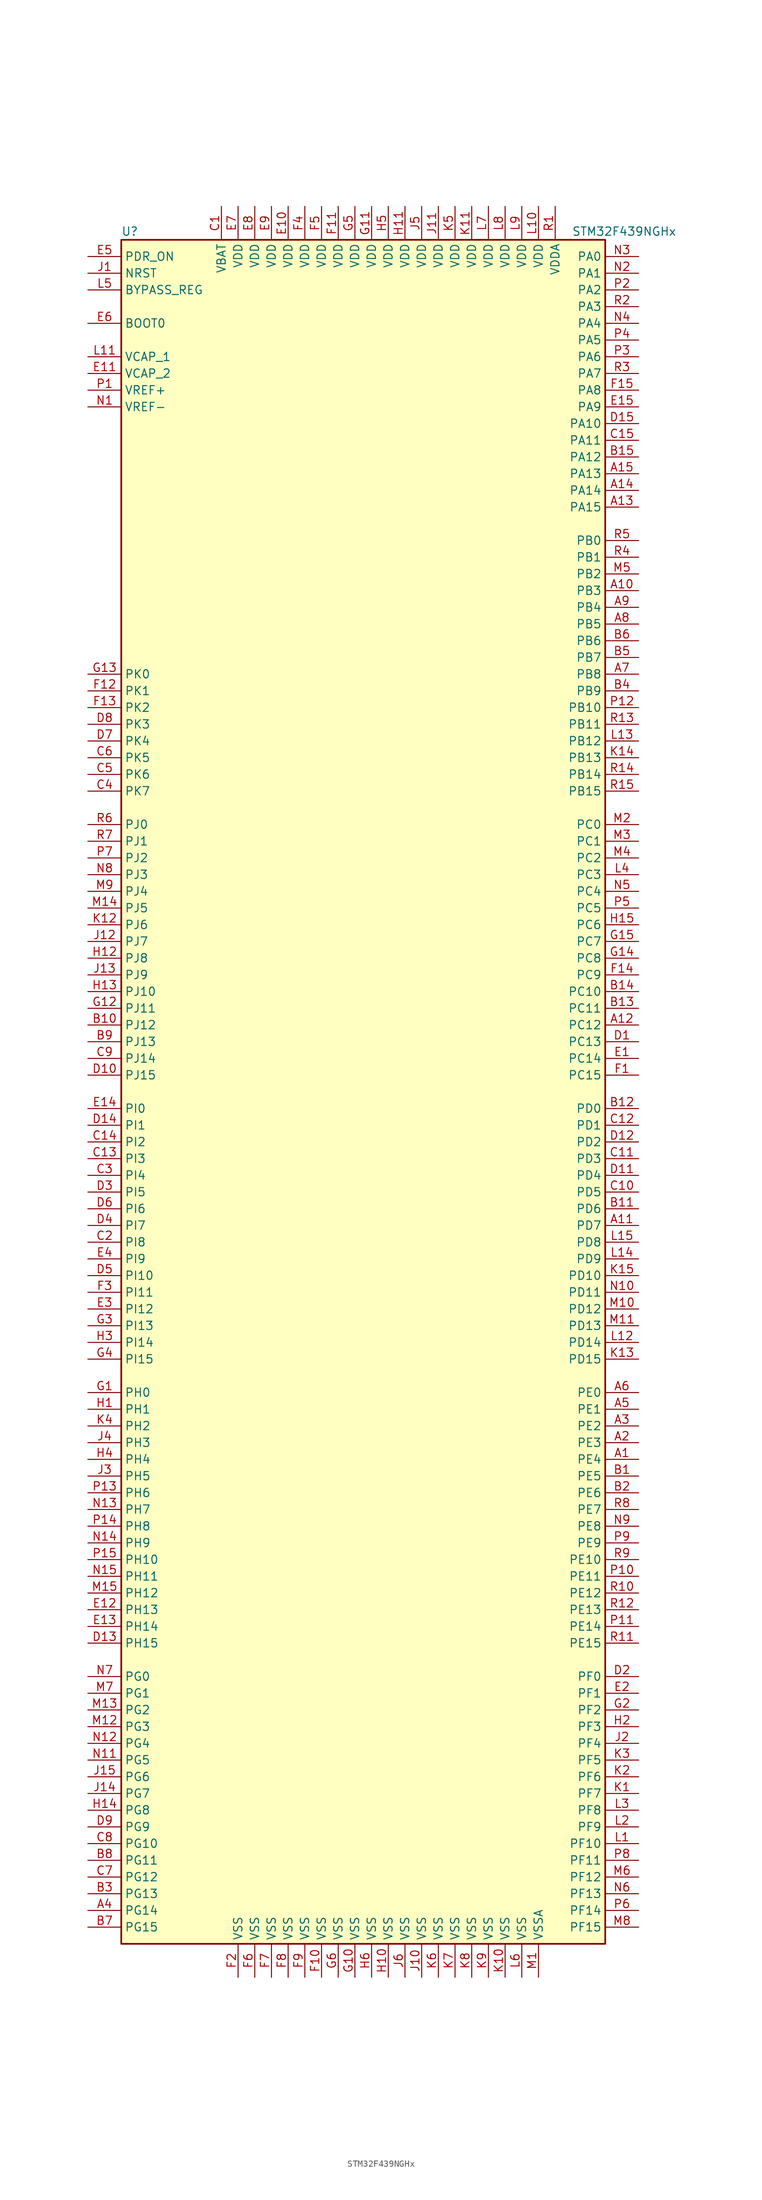
<source format=kicad_sym>
(kicad_symbol_lib
  (version 20220914)
  (generator kicad_symbol_editor)
  (symbol "STM32F439NGHx"
    (property "Reference" "U"
      (at -38.1 130.81 0)
      (effects (font (size 1.27 1.27)) (justify left)))
    (property "Value" "STM32F439NGHx"
      (at 30.48 130.81 0)
      (effects (font (size 1.27 1.27)) (justify left)))
    (symbol "STM32F439NGHx_0_1"
      (rectangle (start -38.1 -129.54) (end 35.56 129.54) (stroke (width 0.254) (type default)) (fill (type background))))
    (symbol "STM32F439NGHx_1_1"
      (pin bidirectional line (at 40.64 -55.88 180) (length 5.08) (name "PE4" (effects (font (size 1.27 1.27)))) (number "A1" (effects (font (size 1.27 1.27)))))
      (pin bidirectional line (at 40.64 76.2 180) (length 5.08) (name "PB3" (effects (font (size 1.27 1.27)))) (number "A10" (effects (font (size 1.27 1.27)))))
      (pin bidirectional line (at 40.64 -20.32 180) (length 5.08) (name "PD7" (effects (font (size 1.27 1.27)))) (number "A11" (effects (font (size 1.27 1.27)))))
      (pin bidirectional line (at 40.64 10.16 180) (length 5.08) (name "PC12" (effects (font (size 1.27 1.27)))) (number "A12" (effects (font (size 1.27 1.27)))))
      (pin bidirectional line (at 40.64 88.9 180) (length 5.08) (name "PA15" (effects (font (size 1.27 1.27)))) (number "A13" (effects (font (size 1.27 1.27)))))
      (pin bidirectional line (at 40.64 91.44 180) (length 5.08) (name "PA14" (effects (font (size 1.27 1.27)))) (number "A14" (effects (font (size 1.27 1.27)))))
      (pin bidirectional line (at 40.64 93.98 180) (length 5.08) (name "PA13" (effects (font (size 1.27 1.27)))) (number "A15" (effects (font (size 1.27 1.27)))))
      (pin bidirectional line (at 40.64 -53.34 180) (length 5.08) (name "PE3" (effects (font (size 1.27 1.27)))) (number "A2" (effects (font (size 1.27 1.27)))))
      (pin bidirectional line (at 40.64 -50.8 180) (length 5.08) (name "PE2" (effects (font (size 1.27 1.27)))) (number "A3" (effects (font (size 1.27 1.27)))))
      (pin bidirectional line (at -43.18 -124.46 0) (length 5.08) (name "PG14" (effects (font (size 1.27 1.27)))) (number "A4" (effects (font (size 1.27 1.27)))))
      (pin bidirectional line (at 40.64 -48.26 180) (length 5.08) (name "PE1" (effects (font (size 1.27 1.27)))) (number "A5" (effects (font (size 1.27 1.27)))))
      (pin bidirectional line (at 40.64 -45.72 180) (length 5.08) (name "PE0" (effects (font (size 1.27 1.27)))) (number "A6" (effects (font (size 1.27 1.27)))))
      (pin bidirectional line (at 40.64 63.5 180) (length 5.08) (name "PB8" (effects (font (size 1.27 1.27)))) (number "A7" (effects (font (size 1.27 1.27)))))
      (pin bidirectional line (at 40.64 71.12 180) (length 5.08) (name "PB5" (effects (font (size 1.27 1.27)))) (number "A8" (effects (font (size 1.27 1.27)))))
      (pin bidirectional line (at 40.64 73.66 180) (length 5.08) (name "PB4" (effects (font (size 1.27 1.27)))) (number "A9" (effects (font (size 1.27 1.27)))))
      (pin bidirectional line (at 40.64 -58.42 180) (length 5.08) (name "PE5" (effects (font (size 1.27 1.27)))) (number "B1" (effects (font (size 1.27 1.27)))))
      (pin bidirectional line (at -43.18 10.16 0) (length 5.08) (name "PJ12" (effects (font (size 1.27 1.27)))) (number "B10" (effects (font (size 1.27 1.27)))))
      (pin bidirectional line (at 40.64 -17.78 180) (length 5.08) (name "PD6" (effects (font (size 1.27 1.27)))) (number "B11" (effects (font (size 1.27 1.27)))))
      (pin bidirectional line (at 40.64 -2.54 180) (length 5.08) (name "PD0" (effects (font (size 1.27 1.27)))) (number "B12" (effects (font (size 1.27 1.27)))))
      (pin bidirectional line (at 40.64 12.7 180) (length 5.08) (name "PC11" (effects (font (size 1.27 1.27)))) (number "B13" (effects (font (size 1.27 1.27)))))
      (pin bidirectional line (at 40.64 15.24 180) (length 5.08) (name "PC10" (effects (font (size 1.27 1.27)))) (number "B14" (effects (font (size 1.27 1.27)))))
      (pin bidirectional line (at 40.64 96.52 180) (length 5.08) (name "PA12" (effects (font (size 1.27 1.27)))) (number "B15" (effects (font (size 1.27 1.27)))))
      (pin bidirectional line (at 40.64 -60.96 180) (length 5.08) (name "PE6" (effects (font (size 1.27 1.27)))) (number "B2" (effects (font (size 1.27 1.27)))))
      (pin bidirectional line (at -43.18 -121.92 0) (length 5.08) (name "PG13" (effects (font (size 1.27 1.27)))) (number "B3" (effects (font (size 1.27 1.27)))))
      (pin bidirectional line (at 40.64 60.96 180) (length 5.08) (name "PB9" (effects (font (size 1.27 1.27)))) (number "B4" (effects (font (size 1.27 1.27)))))
      (pin bidirectional line (at 40.64 66.04 180) (length 5.08) (name "PB7" (effects (font (size 1.27 1.27)))) (number "B5" (effects (font (size 1.27 1.27)))))
      (pin bidirectional line (at 40.64 68.58 180) (length 5.08) (name "PB6" (effects (font (size 1.27 1.27)))) (number "B6" (effects (font (size 1.27 1.27)))))
      (pin bidirectional line (at -43.18 -127 0) (length 5.08) (name "PG15" (effects (font (size 1.27 1.27)))) (number "B7" (effects (font (size 1.27 1.27)))))
      (pin bidirectional line (at -43.18 -116.84 0) (length 5.08) (name "PG11" (effects (font (size 1.27 1.27)))) (number "B8" (effects (font (size 1.27 1.27)))))
      (pin bidirectional line (at -43.18 7.62 0) (length 5.08) (name "PJ13" (effects (font (size 1.27 1.27)))) (number "B9" (effects (font (size 1.27 1.27)))))
      (pin power_in line (at -22.86 134.62 270) (length 5.08) (name "VBAT" (effects (font (size 1.27 1.27)))) (number "C1" (effects (font (size 1.27 1.27)))))
      (pin bidirectional line (at 40.64 -15.24 180) (length 5.08) (name "PD5" (effects (font (size 1.27 1.27)))) (number "C10" (effects (font (size 1.27 1.27)))))
      (pin bidirectional line (at 40.64 -10.16 180) (length 5.08) (name "PD3" (effects (font (size 1.27 1.27)))) (number "C11" (effects (font (size 1.27 1.27)))))
      (pin bidirectional line (at 40.64 -5.08 180) (length 5.08) (name "PD1" (effects (font (size 1.27 1.27)))) (number "C12" (effects (font (size 1.27 1.27)))))
      (pin bidirectional line (at -43.18 -10.16 0) (length 5.08) (name "PI3" (effects (font (size 1.27 1.27)))) (number "C13" (effects (font (size 1.27 1.27)))))
      (pin bidirectional line (at -43.18 -7.62 0) (length 5.08) (name "PI2" (effects (font (size 1.27 1.27)))) (number "C14" (effects (font (size 1.27 1.27)))))
      (pin bidirectional line (at 40.64 99.06 180) (length 5.08) (name "PA11" (effects (font (size 1.27 1.27)))) (number "C15" (effects (font (size 1.27 1.27)))))
      (pin bidirectional line (at -43.18 -22.86 0) (length 5.08) (name "PI8" (effects (font (size 1.27 1.27)))) (number "C2" (effects (font (size 1.27 1.27)))))
      (pin bidirectional line (at -43.18 -12.7 0) (length 5.08) (name "PI4" (effects (font (size 1.27 1.27)))) (number "C3" (effects (font (size 1.27 1.27)))))
      (pin bidirectional line (at -43.18 45.72 0) (length 5.08) (name "PK7" (effects (font (size 1.27 1.27)))) (number "C4" (effects (font (size 1.27 1.27)))))
      (pin bidirectional line (at -43.18 48.26 0) (length 5.08) (name "PK6" (effects (font (size 1.27 1.27)))) (number "C5" (effects (font (size 1.27 1.27)))))
      (pin bidirectional line (at -43.18 50.8 0) (length 5.08) (name "PK5" (effects (font (size 1.27 1.27)))) (number "C6" (effects (font (size 1.27 1.27)))))
      (pin bidirectional line (at -43.18 -119.38 0) (length 5.08) (name "PG12" (effects (font (size 1.27 1.27)))) (number "C7" (effects (font (size 1.27 1.27)))))
      (pin bidirectional line (at -43.18 -114.3 0) (length 5.08) (name "PG10" (effects (font (size 1.27 1.27)))) (number "C8" (effects (font (size 1.27 1.27)))))
      (pin bidirectional line (at -43.18 5.08 0) (length 5.08) (name "PJ14" (effects (font (size 1.27 1.27)))) (number "C9" (effects (font (size 1.27 1.27)))))
      (pin bidirectional line (at 40.64 7.62 180) (length 5.08) (name "PC13" (effects (font (size 1.27 1.27)))) (number "D1" (effects (font (size 1.27 1.27)))))
      (pin bidirectional line (at -43.18 2.54 0) (length 5.08) (name "PJ15" (effects (font (size 1.27 1.27)))) (number "D10" (effects (font (size 1.27 1.27)))))
      (pin bidirectional line (at 40.64 -12.7 180) (length 5.08) (name "PD4" (effects (font (size 1.27 1.27)))) (number "D11" (effects (font (size 1.27 1.27)))))
      (pin bidirectional line (at 40.64 -7.62 180) (length 5.08) (name "PD2" (effects (font (size 1.27 1.27)))) (number "D12" (effects (font (size 1.27 1.27)))))
      (pin bidirectional line (at -43.18 -83.82 0) (length 5.08) (name "PH15" (effects (font (size 1.27 1.27)))) (number "D13" (effects (font (size 1.27 1.27)))))
      (pin bidirectional line (at -43.18 -5.08 0) (length 5.08) (name "PI1" (effects (font (size 1.27 1.27)))) (number "D14" (effects (font (size 1.27 1.27)))))
      (pin bidirectional line (at 40.64 101.6 180) (length 5.08) (name "PA10" (effects (font (size 1.27 1.27)))) (number "D15" (effects (font (size 1.27 1.27)))))
      (pin bidirectional line (at 40.64 -88.9 180) (length 5.08) (name "PF0" (effects (font (size 1.27 1.27)))) (number "D2" (effects (font (size 1.27 1.27)))))
      (pin bidirectional line (at -43.18 -15.24 0) (length 5.08) (name "PI5" (effects (font (size 1.27 1.27)))) (number "D3" (effects (font (size 1.27 1.27)))))
      (pin bidirectional line (at -43.18 -20.32 0) (length 5.08) (name "PI7" (effects (font (size 1.27 1.27)))) (number "D4" (effects (font (size 1.27 1.27)))))
      (pin bidirectional line (at -43.18 -27.94 0) (length 5.08) (name "PI10" (effects (font (size 1.27 1.27)))) (number "D5" (effects (font (size 1.27 1.27)))))
      (pin bidirectional line (at -43.18 -17.78 0) (length 5.08) (name "PI6" (effects (font (size 1.27 1.27)))) (number "D6" (effects (font (size 1.27 1.27)))))
      (pin bidirectional line (at -43.18 53.34 0) (length 5.08) (name "PK4" (effects (font (size 1.27 1.27)))) (number "D7" (effects (font (size 1.27 1.27)))))
      (pin bidirectional line (at -43.18 55.88 0) (length 5.08) (name "PK3" (effects (font (size 1.27 1.27)))) (number "D8" (effects (font (size 1.27 1.27)))))
      (pin bidirectional line (at -43.18 -111.76 0) (length 5.08) (name "PG9" (effects (font (size 1.27 1.27)))) (number "D9" (effects (font (size 1.27 1.27)))))
      (pin bidirectional line (at 40.64 5.08 180) (length 5.08) (name "PC14" (effects (font (size 1.27 1.27)))) (number "E1" (effects (font (size 1.27 1.27)))))
      (pin power_in line (at -12.7 134.62 270) (length 5.08) (name "VDD" (effects (font (size 1.27 1.27)))) (number "E10" (effects (font (size 1.27 1.27)))))
      (pin power_in line (at -43.18 109.22 0) (length 5.08) (name "VCAP_2" (effects (font (size 1.27 1.27)))) (number "E11" (effects (font (size 1.27 1.27)))))
      (pin bidirectional line (at -43.18 -78.74 0) (length 5.08) (name "PH13" (effects (font (size 1.27 1.27)))) (number "E12" (effects (font (size 1.27 1.27)))))
      (pin bidirectional line (at -43.18 -81.28 0) (length 5.08) (name "PH14" (effects (font (size 1.27 1.27)))) (number "E13" (effects (font (size 1.27 1.27)))))
      (pin bidirectional line (at -43.18 -2.54 0) (length 5.08) (name "PI0" (effects (font (size 1.27 1.27)))) (number "E14" (effects (font (size 1.27 1.27)))))
      (pin bidirectional line (at 40.64 104.14 180) (length 5.08) (name "PA9" (effects (font (size 1.27 1.27)))) (number "E15" (effects (font (size 1.27 1.27)))))
      (pin bidirectional line (at 40.64 -91.44 180) (length 5.08) (name "PF1" (effects (font (size 1.27 1.27)))) (number "E2" (effects (font (size 1.27 1.27)))))
      (pin bidirectional line (at -43.18 -33.02 0) (length 5.08) (name "PI12" (effects (font (size 1.27 1.27)))) (number "E3" (effects (font (size 1.27 1.27)))))
      (pin bidirectional line (at -43.18 -25.4 0) (length 5.08) (name "PI9" (effects (font (size 1.27 1.27)))) (number "E4" (effects (font (size 1.27 1.27)))))
      (pin input line (at -43.18 127 0) (length 5.08) (name "PDR_ON" (effects (font (size 1.27 1.27)))) (number "E5" (effects (font (size 1.27 1.27)))))
      (pin input line (at -43.18 116.84 0) (length 5.08) (name "BOOT0" (effects (font (size 1.27 1.27)))) (number "E6" (effects (font (size 1.27 1.27)))))
      (pin power_in line (at -20.32 134.62 270) (length 5.08) (name "VDD" (effects (font (size 1.27 1.27)))) (number "E7" (effects (font (size 1.27 1.27)))))
      (pin power_in line (at -17.78 134.62 270) (length 5.08) (name "VDD" (effects (font (size 1.27 1.27)))) (number "E8" (effects (font (size 1.27 1.27)))))
      (pin power_in line (at -15.24 134.62 270) (length 5.08) (name "VDD" (effects (font (size 1.27 1.27)))) (number "E9" (effects (font (size 1.27 1.27)))))
      (pin bidirectional line (at 40.64 2.54 180) (length 5.08) (name "PC15" (effects (font (size 1.27 1.27)))) (number "F1" (effects (font (size 1.27 1.27)))))
      (pin power_in line (at -7.62 -134.62 90) (length 5.08) (name "VSS" (effects (font (size 1.27 1.27)))) (number "F10" (effects (font (size 1.27 1.27)))))
      (pin power_in line (at -5.08 134.62 270) (length 5.08) (name "VDD" (effects (font (size 1.27 1.27)))) (number "F11" (effects (font (size 1.27 1.27)))))
      (pin bidirectional line (at -43.18 60.96 0) (length 5.08) (name "PK1" (effects (font (size 1.27 1.27)))) (number "F12" (effects (font (size 1.27 1.27)))))
      (pin bidirectional line (at -43.18 58.42 0) (length 5.08) (name "PK2" (effects (font (size 1.27 1.27)))) (number "F13" (effects (font (size 1.27 1.27)))))
      (pin bidirectional line (at 40.64 17.78 180) (length 5.08) (name "PC9" (effects (font (size 1.27 1.27)))) (number "F14" (effects (font (size 1.27 1.27)))))
      (pin bidirectional line (at 40.64 106.68 180) (length 5.08) (name "PA8" (effects (font (size 1.27 1.27)))) (number "F15" (effects (font (size 1.27 1.27)))))
      (pin power_in line (at -20.32 -134.62 90) (length 5.08) (name "VSS" (effects (font (size 1.27 1.27)))) (number "F2" (effects (font (size 1.27 1.27)))))
      (pin bidirectional line (at -43.18 -30.48 0) (length 5.08) (name "PI11" (effects (font (size 1.27 1.27)))) (number "F3" (effects (font (size 1.27 1.27)))))
      (pin power_in line (at -10.16 134.62 270) (length 5.08) (name "VDD" (effects (font (size 1.27 1.27)))) (number "F4" (effects (font (size 1.27 1.27)))))
      (pin power_in line (at -7.62 134.62 270) (length 5.08) (name "VDD" (effects (font (size 1.27 1.27)))) (number "F5" (effects (font (size 1.27 1.27)))))
      (pin power_in line (at -17.78 -134.62 90) (length 5.08) (name "VSS" (effects (font (size 1.27 1.27)))) (number "F6" (effects (font (size 1.27 1.27)))))
      (pin power_in line (at -15.24 -134.62 90) (length 5.08) (name "VSS" (effects (font (size 1.27 1.27)))) (number "F7" (effects (font (size 1.27 1.27)))))
      (pin power_in line (at -12.7 -134.62 90) (length 5.08) (name "VSS" (effects (font (size 1.27 1.27)))) (number "F8" (effects (font (size 1.27 1.27)))))
      (pin power_in line (at -10.16 -134.62 90) (length 5.08) (name "VSS" (effects (font (size 1.27 1.27)))) (number "F9" (effects (font (size 1.27 1.27)))))
      (pin input line (at -43.18 -45.72 0) (length 5.08) (name "PH0" (effects (font (size 1.27 1.27)))) (number "G1" (effects (font (size 1.27 1.27)))))
      (pin power_in line (at -2.54 -134.62 90) (length 5.08) (name "VSS" (effects (font (size 1.27 1.27)))) (number "G10" (effects (font (size 1.27 1.27)))))
      (pin power_in line (at 0 134.62 270) (length 5.08) (name "VDD" (effects (font (size 1.27 1.27)))) (number "G11" (effects (font (size 1.27 1.27)))))
      (pin bidirectional line (at -43.18 12.7 0) (length 5.08) (name "PJ11" (effects (font (size 1.27 1.27)))) (number "G12" (effects (font (size 1.27 1.27)))))
      (pin bidirectional line (at -43.18 63.5 0) (length 5.08) (name "PK0" (effects (font (size 1.27 1.27)))) (number "G13" (effects (font (size 1.27 1.27)))))
      (pin bidirectional line (at 40.64 20.32 180) (length 5.08) (name "PC8" (effects (font (size 1.27 1.27)))) (number "G14" (effects (font (size 1.27 1.27)))))
      (pin bidirectional line (at 40.64 22.86 180) (length 5.08) (name "PC7" (effects (font (size 1.27 1.27)))) (number "G15" (effects (font (size 1.27 1.27)))))
      (pin bidirectional line (at 40.64 -93.98 180) (length 5.08) (name "PF2" (effects (font (size 1.27 1.27)))) (number "G2" (effects (font (size 1.27 1.27)))))
      (pin bidirectional line (at -43.18 -35.56 0) (length 5.08) (name "PI13" (effects (font (size 1.27 1.27)))) (number "G3" (effects (font (size 1.27 1.27)))))
      (pin bidirectional line (at -43.18 -40.64 0) (length 5.08) (name "PI15" (effects (font (size 1.27 1.27)))) (number "G4" (effects (font (size 1.27 1.27)))))
      (pin power_in line (at -2.54 134.62 270) (length 5.08) (name "VDD" (effects (font (size 1.27 1.27)))) (number "G5" (effects (font (size 1.27 1.27)))))
      (pin power_in line (at -5.08 -134.62 90) (length 5.08) (name "VSS" (effects (font (size 1.27 1.27)))) (number "G6" (effects (font (size 1.27 1.27)))))
      (pin input line (at -43.18 -48.26 0) (length 5.08) (name "PH1" (effects (font (size 1.27 1.27)))) (number "H1" (effects (font (size 1.27 1.27)))))
      (pin power_in line (at 2.54 -134.62 90) (length 5.08) (name "VSS" (effects (font (size 1.27 1.27)))) (number "H10" (effects (font (size 1.27 1.27)))))
      (pin power_in line (at 5.08 134.62 270) (length 5.08) (name "VDD" (effects (font (size 1.27 1.27)))) (number "H11" (effects (font (size 1.27 1.27)))))
      (pin bidirectional line (at -43.18 20.32 0) (length 5.08) (name "PJ8" (effects (font (size 1.27 1.27)))) (number "H12" (effects (font (size 1.27 1.27)))))
      (pin bidirectional line (at -43.18 15.24 0) (length 5.08) (name "PJ10" (effects (font (size 1.27 1.27)))) (number "H13" (effects (font (size 1.27 1.27)))))
      (pin bidirectional line (at -43.18 -109.22 0) (length 5.08) (name "PG8" (effects (font (size 1.27 1.27)))) (number "H14" (effects (font (size 1.27 1.27)))))
      (pin bidirectional line (at 40.64 25.4 180) (length 5.08) (name "PC6" (effects (font (size 1.27 1.27)))) (number "H15" (effects (font (size 1.27 1.27)))))
      (pin bidirectional line (at 40.64 -96.52 180) (length 5.08) (name "PF3" (effects (font (size 1.27 1.27)))) (number "H2" (effects (font (size 1.27 1.27)))))
      (pin bidirectional line (at -43.18 -38.1 0) (length 5.08) (name "PI14" (effects (font (size 1.27 1.27)))) (number "H3" (effects (font (size 1.27 1.27)))))
      (pin bidirectional line (at -43.18 -55.88 0) (length 5.08) (name "PH4" (effects (font (size 1.27 1.27)))) (number "H4" (effects (font (size 1.27 1.27)))))
      (pin power_in line (at 2.54 134.62 270) (length 5.08) (name "VDD" (effects (font (size 1.27 1.27)))) (number "H5" (effects (font (size 1.27 1.27)))))
      (pin power_in line (at 0 -134.62 90) (length 5.08) (name "VSS" (effects (font (size 1.27 1.27)))) (number "H6" (effects (font (size 1.27 1.27)))))
      (pin input line (at -43.18 124.46 0) (length 5.08) (name "NRST" (effects (font (size 1.27 1.27)))) (number "J1" (effects (font (size 1.27 1.27)))))
      (pin power_in line (at 7.62 -134.62 90) (length 5.08) (name "VSS" (effects (font (size 1.27 1.27)))) (number "J10" (effects (font (size 1.27 1.27)))))
      (pin power_in line (at 10.16 134.62 270) (length 5.08) (name "VDD" (effects (font (size 1.27 1.27)))) (number "J11" (effects (font (size 1.27 1.27)))))
      (pin bidirectional line (at -43.18 22.86 0) (length 5.08) (name "PJ7" (effects (font (size 1.27 1.27)))) (number "J12" (effects (font (size 1.27 1.27)))))
      (pin bidirectional line (at -43.18 17.78 0) (length 5.08) (name "PJ9" (effects (font (size 1.27 1.27)))) (number "J13" (effects (font (size 1.27 1.27)))))
      (pin bidirectional line (at -43.18 -106.68 0) (length 5.08) (name "PG7" (effects (font (size 1.27 1.27)))) (number "J14" (effects (font (size 1.27 1.27)))))
      (pin bidirectional line (at -43.18 -104.14 0) (length 5.08) (name "PG6" (effects (font (size 1.27 1.27)))) (number "J15" (effects (font (size 1.27 1.27)))))
      (pin bidirectional line (at 40.64 -99.06 180) (length 5.08) (name "PF4" (effects (font (size 1.27 1.27)))) (number "J2" (effects (font (size 1.27 1.27)))))
      (pin bidirectional line (at -43.18 -58.42 0) (length 5.08) (name "PH5" (effects (font (size 1.27 1.27)))) (number "J3" (effects (font (size 1.27 1.27)))))
      (pin bidirectional line (at -43.18 -53.34 0) (length 5.08) (name "PH3" (effects (font (size 1.27 1.27)))) (number "J4" (effects (font (size 1.27 1.27)))))
      (pin power_in line (at 7.62 134.62 270) (length 5.08) (name "VDD" (effects (font (size 1.27 1.27)))) (number "J5" (effects (font (size 1.27 1.27)))))
      (pin power_in line (at 5.08 -134.62 90) (length 5.08) (name "VSS" (effects (font (size 1.27 1.27)))) (number "J6" (effects (font (size 1.27 1.27)))))
      (pin bidirectional line (at 40.64 -106.68 180) (length 5.08) (name "PF7" (effects (font (size 1.27 1.27)))) (number "K1" (effects (font (size 1.27 1.27)))))
      (pin power_in line (at 20.32 -134.62 90) (length 5.08) (name "VSS" (effects (font (size 1.27 1.27)))) (number "K10" (effects (font (size 1.27 1.27)))))
      (pin power_in line (at 15.24 134.62 270) (length 5.08) (name "VDD" (effects (font (size 1.27 1.27)))) (number "K11" (effects (font (size 1.27 1.27)))))
      (pin bidirectional line (at -43.18 25.4 0) (length 5.08) (name "PJ6" (effects (font (size 1.27 1.27)))) (number "K12" (effects (font (size 1.27 1.27)))))
      (pin bidirectional line (at 40.64 -40.64 180) (length 5.08) (name "PD15" (effects (font (size 1.27 1.27)))) (number "K13" (effects (font (size 1.27 1.27)))))
      (pin bidirectional line (at 40.64 50.8 180) (length 5.08) (name "PB13" (effects (font (size 1.27 1.27)))) (number "K14" (effects (font (size 1.27 1.27)))))
      (pin bidirectional line (at 40.64 -27.94 180) (length 5.08) (name "PD10" (effects (font (size 1.27 1.27)))) (number "K15" (effects (font (size 1.27 1.27)))))
      (pin bidirectional line (at 40.64 -104.14 180) (length 5.08) (name "PF6" (effects (font (size 1.27 1.27)))) (number "K2" (effects (font (size 1.27 1.27)))))
      (pin bidirectional line (at 40.64 -101.6 180) (length 5.08) (name "PF5" (effects (font (size 1.27 1.27)))) (number "K3" (effects (font (size 1.27 1.27)))))
      (pin bidirectional line (at -43.18 -50.8 0) (length 5.08) (name "PH2" (effects (font (size 1.27 1.27)))) (number "K4" (effects (font (size 1.27 1.27)))))
      (pin power_in line (at 12.7 134.62 270) (length 5.08) (name "VDD" (effects (font (size 1.27 1.27)))) (number "K5" (effects (font (size 1.27 1.27)))))
      (pin power_in line (at 10.16 -134.62 90) (length 5.08) (name "VSS" (effects (font (size 1.27 1.27)))) (number "K6" (effects (font (size 1.27 1.27)))))
      (pin power_in line (at 12.7 -134.62 90) (length 5.08) (name "VSS" (effects (font (size 1.27 1.27)))) (number "K7" (effects (font (size 1.27 1.27)))))
      (pin power_in line (at 15.24 -134.62 90) (length 5.08) (name "VSS" (effects (font (size 1.27 1.27)))) (number "K8" (effects (font (size 1.27 1.27)))))
      (pin power_in line (at 17.78 -134.62 90) (length 5.08) (name "VSS" (effects (font (size 1.27 1.27)))) (number "K9" (effects (font (size 1.27 1.27)))))
      (pin bidirectional line (at 40.64 -114.3 180) (length 5.08) (name "PF10" (effects (font (size 1.27 1.27)))) (number "L1" (effects (font (size 1.27 1.27)))))
      (pin power_in line (at 25.4 134.62 270) (length 5.08) (name "VDD" (effects (font (size 1.27 1.27)))) (number "L10" (effects (font (size 1.27 1.27)))))
      (pin power_in line (at -43.18 111.76 0) (length 5.08) (name "VCAP_1" (effects (font (size 1.27 1.27)))) (number "L11" (effects (font (size 1.27 1.27)))))
      (pin bidirectional line (at 40.64 -38.1 180) (length 5.08) (name "PD14" (effects (font (size 1.27 1.27)))) (number "L12" (effects (font (size 1.27 1.27)))))
      (pin bidirectional line (at 40.64 53.34 180) (length 5.08) (name "PB12" (effects (font (size 1.27 1.27)))) (number "L13" (effects (font (size 1.27 1.27)))))
      (pin bidirectional line (at 40.64 -25.4 180) (length 5.08) (name "PD9" (effects (font (size 1.27 1.27)))) (number "L14" (effects (font (size 1.27 1.27)))))
      (pin bidirectional line (at 40.64 -22.86 180) (length 5.08) (name "PD8" (effects (font (size 1.27 1.27)))) (number "L15" (effects (font (size 1.27 1.27)))))
      (pin bidirectional line (at 40.64 -111.76 180) (length 5.08) (name "PF9" (effects (font (size 1.27 1.27)))) (number "L2" (effects (font (size 1.27 1.27)))))
      (pin bidirectional line (at 40.64 -109.22 180) (length 5.08) (name "PF8" (effects (font (size 1.27 1.27)))) (number "L3" (effects (font (size 1.27 1.27)))))
      (pin bidirectional line (at 40.64 33.02 180) (length 5.08) (name "PC3" (effects (font (size 1.27 1.27)))) (number "L4" (effects (font (size 1.27 1.27)))))
      (pin input line (at -43.18 121.92 0) (length 5.08) (name "BYPASS_REG" (effects (font (size 1.27 1.27)))) (number "L5" (effects (font (size 1.27 1.27)))))
      (pin power_in line (at 22.86 -134.62 90) (length 5.08) (name "VSS" (effects (font (size 1.27 1.27)))) (number "L6" (effects (font (size 1.27 1.27)))))
      (pin power_in line (at 17.78 134.62 270) (length 5.08) (name "VDD" (effects (font (size 1.27 1.27)))) (number "L7" (effects (font (size 1.27 1.27)))))
      (pin power_in line (at 20.32 134.62 270) (length 5.08) (name "VDD" (effects (font (size 1.27 1.27)))) (number "L8" (effects (font (size 1.27 1.27)))))
      (pin power_in line (at 22.86 134.62 270) (length 5.08) (name "VDD" (effects (font (size 1.27 1.27)))) (number "L9" (effects (font (size 1.27 1.27)))))
      (pin power_in line (at 25.4 -134.62 90) (length 5.08) (name "VSSA" (effects (font (size 1.27 1.27)))) (number "M1" (effects (font (size 1.27 1.27)))))
      (pin bidirectional line (at 40.64 -33.02 180) (length 5.08) (name "PD12" (effects (font (size 1.27 1.27)))) (number "M10" (effects (font (size 1.27 1.27)))))
      (pin bidirectional line (at 40.64 -35.56 180) (length 5.08) (name "PD13" (effects (font (size 1.27 1.27)))) (number "M11" (effects (font (size 1.27 1.27)))))
      (pin bidirectional line (at -43.18 -96.52 0) (length 5.08) (name "PG3" (effects (font (size 1.27 1.27)))) (number "M12" (effects (font (size 1.27 1.27)))))
      (pin bidirectional line (at -43.18 -93.98 0) (length 5.08) (name "PG2" (effects (font (size 1.27 1.27)))) (number "M13" (effects (font (size 1.27 1.27)))))
      (pin bidirectional line (at -43.18 27.94 0) (length 5.08) (name "PJ5" (effects (font (size 1.27 1.27)))) (number "M14" (effects (font (size 1.27 1.27)))))
      (pin bidirectional line (at -43.18 -76.2 0) (length 5.08) (name "PH12" (effects (font (size 1.27 1.27)))) (number "M15" (effects (font (size 1.27 1.27)))))
      (pin bidirectional line (at 40.64 40.64 180) (length 5.08) (name "PC0" (effects (font (size 1.27 1.27)))) (number "M2" (effects (font (size 1.27 1.27)))))
      (pin bidirectional line (at 40.64 38.1 180) (length 5.08) (name "PC1" (effects (font (size 1.27 1.27)))) (number "M3" (effects (font (size 1.27 1.27)))))
      (pin bidirectional line (at 40.64 35.56 180) (length 5.08) (name "PC2" (effects (font (size 1.27 1.27)))) (number "M4" (effects (font (size 1.27 1.27)))))
      (pin bidirectional line (at 40.64 78.74 180) (length 5.08) (name "PB2" (effects (font (size 1.27 1.27)))) (number "M5" (effects (font (size 1.27 1.27)))))
      (pin bidirectional line (at 40.64 -119.38 180) (length 5.08) (name "PF12" (effects (font (size 1.27 1.27)))) (number "M6" (effects (font (size 1.27 1.27)))))
      (pin bidirectional line (at -43.18 -91.44 0) (length 5.08) (name "PG1" (effects (font (size 1.27 1.27)))) (number "M7" (effects (font (size 1.27 1.27)))))
      (pin bidirectional line (at 40.64 -127 180) (length 5.08) (name "PF15" (effects (font (size 1.27 1.27)))) (number "M8" (effects (font (size 1.27 1.27)))))
      (pin bidirectional line (at -43.18 30.48 0) (length 5.08) (name "PJ4" (effects (font (size 1.27 1.27)))) (number "M9" (effects (font (size 1.27 1.27)))))
      (pin power_in line (at -43.18 104.14 0) (length 5.08) (name "VREF-" (effects (font (size 1.27 1.27)))) (number "N1" (effects (font (size 1.27 1.27)))))
      (pin bidirectional line (at 40.64 -30.48 180) (length 5.08) (name "PD11" (effects (font (size 1.27 1.27)))) (number "N10" (effects (font (size 1.27 1.27)))))
      (pin bidirectional line (at -43.18 -101.6 0) (length 5.08) (name "PG5" (effects (font (size 1.27 1.27)))) (number "N11" (effects (font (size 1.27 1.27)))))
      (pin bidirectional line (at -43.18 -99.06 0) (length 5.08) (name "PG4" (effects (font (size 1.27 1.27)))) (number "N12" (effects (font (size 1.27 1.27)))))
      (pin bidirectional line (at -43.18 -63.5 0) (length 5.08) (name "PH7" (effects (font (size 1.27 1.27)))) (number "N13" (effects (font (size 1.27 1.27)))))
      (pin bidirectional line (at -43.18 -68.58 0) (length 5.08) (name "PH9" (effects (font (size 1.27 1.27)))) (number "N14" (effects (font (size 1.27 1.27)))))
      (pin bidirectional line (at -43.18 -73.66 0) (length 5.08) (name "PH11" (effects (font (size 1.27 1.27)))) (number "N15" (effects (font (size 1.27 1.27)))))
      (pin bidirectional line (at 40.64 124.46 180) (length 5.08) (name "PA1" (effects (font (size 1.27 1.27)))) (number "N2" (effects (font (size 1.27 1.27)))))
      (pin bidirectional line (at 40.64 127 180) (length 5.08) (name "PA0" (effects (font (size 1.27 1.27)))) (number "N3" (effects (font (size 1.27 1.27)))))
      (pin bidirectional line (at 40.64 116.84 180) (length 5.08) (name "PA4" (effects (font (size 1.27 1.27)))) (number "N4" (effects (font (size 1.27 1.27)))))
      (pin bidirectional line (at 40.64 30.48 180) (length 5.08) (name "PC4" (effects (font (size 1.27 1.27)))) (number "N5" (effects (font (size 1.27 1.27)))))
      (pin bidirectional line (at 40.64 -121.92 180) (length 5.08) (name "PF13" (effects (font (size 1.27 1.27)))) (number "N6" (effects (font (size 1.27 1.27)))))
      (pin bidirectional line (at -43.18 -88.9 0) (length 5.08) (name "PG0" (effects (font (size 1.27 1.27)))) (number "N7" (effects (font (size 1.27 1.27)))))
      (pin bidirectional line (at -43.18 33.02 0) (length 5.08) (name "PJ3" (effects (font (size 1.27 1.27)))) (number "N8" (effects (font (size 1.27 1.27)))))
      (pin bidirectional line (at 40.64 -66.04 180) (length 5.08) (name "PE8" (effects (font (size 1.27 1.27)))) (number "N9" (effects (font (size 1.27 1.27)))))
      (pin power_in line (at -43.18 106.68 0) (length 5.08) (name "VREF+" (effects (font (size 1.27 1.27)))) (number "P1" (effects (font (size 1.27 1.27)))))
      (pin bidirectional line (at 40.64 -73.66 180) (length 5.08) (name "PE11" (effects (font (size 1.27 1.27)))) (number "P10" (effects (font (size 1.27 1.27)))))
      (pin bidirectional line (at 40.64 -81.28 180) (length 5.08) (name "PE14" (effects (font (size 1.27 1.27)))) (number "P11" (effects (font (size 1.27 1.27)))))
      (pin bidirectional line (at 40.64 58.42 180) (length 5.08) (name "PB10" (effects (font (size 1.27 1.27)))) (number "P12" (effects (font (size 1.27 1.27)))))
      (pin bidirectional line (at -43.18 -60.96 0) (length 5.08) (name "PH6" (effects (font (size 1.27 1.27)))) (number "P13" (effects (font (size 1.27 1.27)))))
      (pin bidirectional line (at -43.18 -66.04 0) (length 5.08) (name "PH8" (effects (font (size 1.27 1.27)))) (number "P14" (effects (font (size 1.27 1.27)))))
      (pin bidirectional line (at -43.18 -71.12 0) (length 5.08) (name "PH10" (effects (font (size 1.27 1.27)))) (number "P15" (effects (font (size 1.27 1.27)))))
      (pin bidirectional line (at 40.64 121.92 180) (length 5.08) (name "PA2" (effects (font (size 1.27 1.27)))) (number "P2" (effects (font (size 1.27 1.27)))))
      (pin bidirectional line (at 40.64 111.76 180) (length 5.08) (name "PA6" (effects (font (size 1.27 1.27)))) (number "P3" (effects (font (size 1.27 1.27)))))
      (pin bidirectional line (at 40.64 114.3 180) (length 5.08) (name "PA5" (effects (font (size 1.27 1.27)))) (number "P4" (effects (font (size 1.27 1.27)))))
      (pin bidirectional line (at 40.64 27.94 180) (length 5.08) (name "PC5" (effects (font (size 1.27 1.27)))) (number "P5" (effects (font (size 1.27 1.27)))))
      (pin bidirectional line (at 40.64 -124.46 180) (length 5.08) (name "PF14" (effects (font (size 1.27 1.27)))) (number "P6" (effects (font (size 1.27 1.27)))))
      (pin bidirectional line (at -43.18 35.56 0) (length 5.08) (name "PJ2" (effects (font (size 1.27 1.27)))) (number "P7" (effects (font (size 1.27 1.27)))))
      (pin bidirectional line (at 40.64 -116.84 180) (length 5.08) (name "PF11" (effects (font (size 1.27 1.27)))) (number "P8" (effects (font (size 1.27 1.27)))))
      (pin bidirectional line (at 40.64 -68.58 180) (length 5.08) (name "PE9" (effects (font (size 1.27 1.27)))) (number "P9" (effects (font (size 1.27 1.27)))))
      (pin power_in line (at 27.94 134.62 270) (length 5.08) (name "VDDA" (effects (font (size 1.27 1.27)))) (number "R1" (effects (font (size 1.27 1.27)))))
      (pin bidirectional line (at 40.64 -76.2 180) (length 5.08) (name "PE12" (effects (font (size 1.27 1.27)))) (number "R10" (effects (font (size 1.27 1.27)))))
      (pin bidirectional line (at 40.64 -83.82 180) (length 5.08) (name "PE15" (effects (font (size 1.27 1.27)))) (number "R11" (effects (font (size 1.27 1.27)))))
      (pin bidirectional line (at 40.64 -78.74 180) (length 5.08) (name "PE13" (effects (font (size 1.27 1.27)))) (number "R12" (effects (font (size 1.27 1.27)))))
      (pin bidirectional line (at 40.64 55.88 180) (length 5.08) (name "PB11" (effects (font (size 1.27 1.27)))) (number "R13" (effects (font (size 1.27 1.27)))))
      (pin bidirectional line (at 40.64 48.26 180) (length 5.08) (name "PB14" (effects (font (size 1.27 1.27)))) (number "R14" (effects (font (size 1.27 1.27)))))
      (pin bidirectional line (at 40.64 45.72 180) (length 5.08) (name "PB15" (effects (font (size 1.27 1.27)))) (number "R15" (effects (font (size 1.27 1.27)))))
      (pin bidirectional line (at 40.64 119.38 180) (length 5.08) (name "PA3" (effects (font (size 1.27 1.27)))) (number "R2" (effects (font (size 1.27 1.27)))))
      (pin bidirectional line (at 40.64 109.22 180) (length 5.08) (name "PA7" (effects (font (size 1.27 1.27)))) (number "R3" (effects (font (size 1.27 1.27)))))
      (pin bidirectional line (at 40.64 81.28 180) (length 5.08) (name "PB1" (effects (font (size 1.27 1.27)))) (number "R4" (effects (font (size 1.27 1.27)))))
      (pin bidirectional line (at 40.64 83.82 180) (length 5.08) (name "PB0" (effects (font (size 1.27 1.27)))) (number "R5" (effects (font (size 1.27 1.27)))))
      (pin bidirectional line (at -43.18 40.64 0) (length 5.08) (name "PJ0" (effects (font (size 1.27 1.27)))) (number "R6" (effects (font (size 1.27 1.27)))))
      (pin bidirectional line (at -43.18 38.1 0) (length 5.08) (name "PJ1" (effects (font (size 1.27 1.27)))) (number "R7" (effects (font (size 1.27 1.27)))))
      (pin bidirectional line (at 40.64 -63.5 180) (length 5.08) (name "PE7" (effects (font (size 1.27 1.27)))) (number "R8" (effects (font (size 1.27 1.27)))))
      (pin bidirectional line (at 40.64 -71.12 180) (length 5.08) (name "PE10" (effects (font (size 1.27 1.27)))) (number "R9" (effects (font (size 1.27 1.27))))))))
</source>
